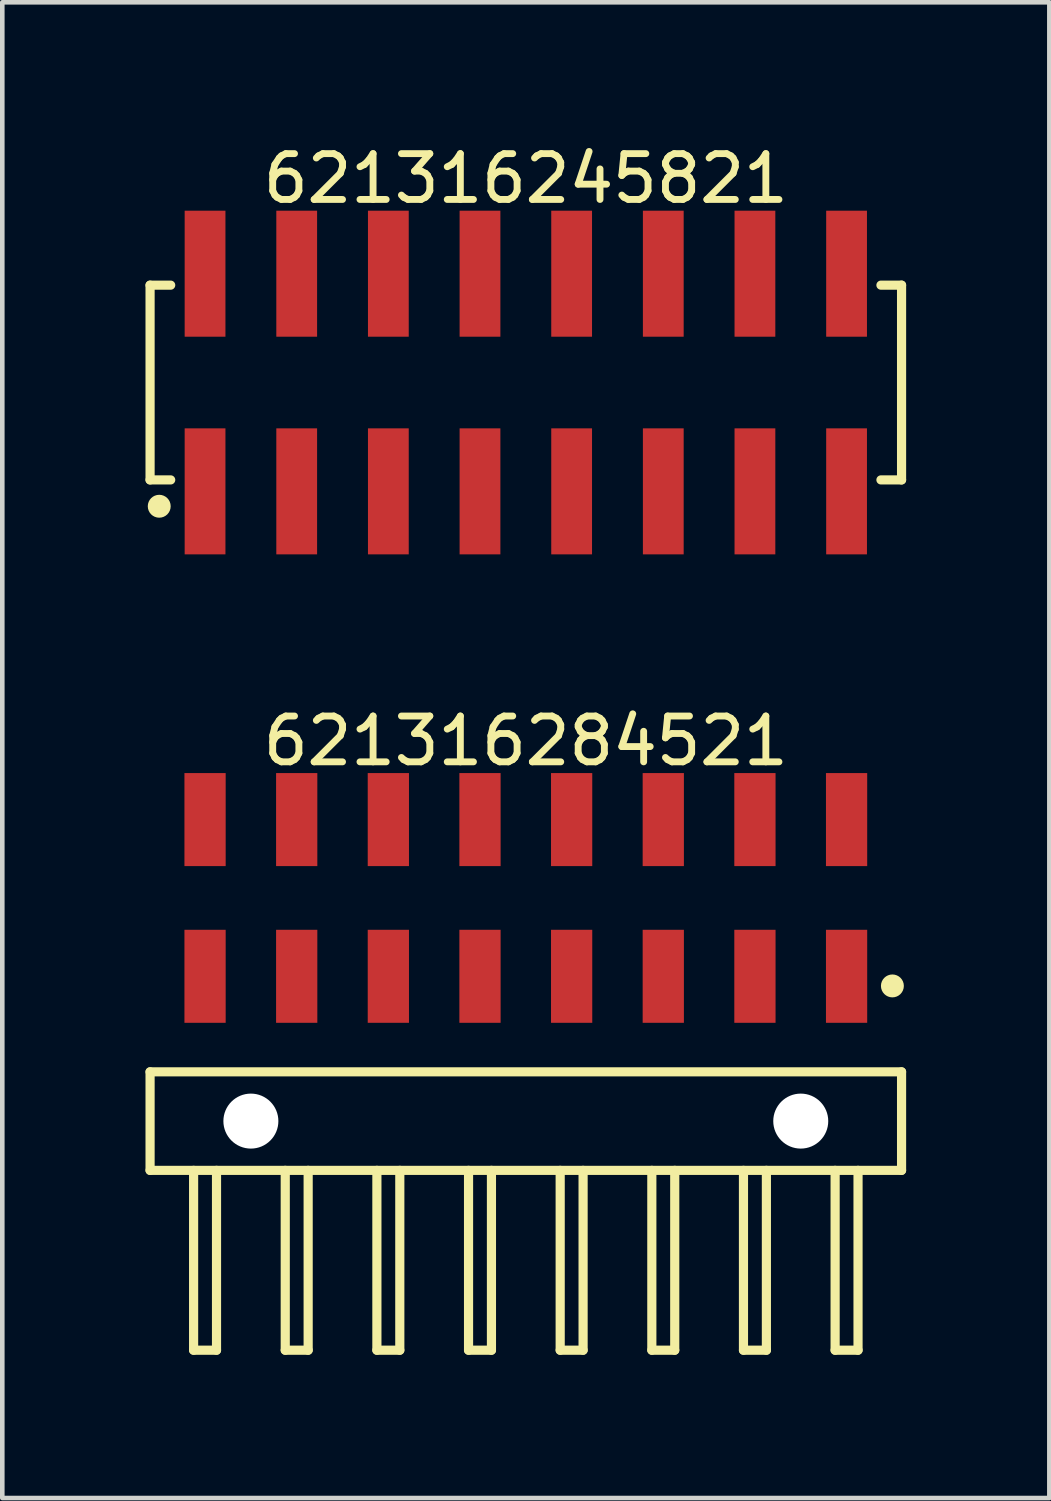
<source format=kicad_pcb>
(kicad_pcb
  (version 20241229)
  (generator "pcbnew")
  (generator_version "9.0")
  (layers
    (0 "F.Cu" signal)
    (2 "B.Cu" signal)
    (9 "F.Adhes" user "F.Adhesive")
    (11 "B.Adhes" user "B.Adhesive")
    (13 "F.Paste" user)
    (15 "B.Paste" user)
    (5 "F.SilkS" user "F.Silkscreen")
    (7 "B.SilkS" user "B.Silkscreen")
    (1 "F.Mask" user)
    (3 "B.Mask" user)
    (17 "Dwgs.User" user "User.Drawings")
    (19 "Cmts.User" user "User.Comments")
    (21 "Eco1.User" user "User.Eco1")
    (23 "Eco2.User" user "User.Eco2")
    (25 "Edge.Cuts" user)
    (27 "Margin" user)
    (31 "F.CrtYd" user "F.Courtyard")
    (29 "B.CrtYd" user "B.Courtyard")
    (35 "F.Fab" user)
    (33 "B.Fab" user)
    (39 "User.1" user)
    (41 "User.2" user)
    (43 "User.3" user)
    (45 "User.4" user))
  (footprint "621316245821"
    (layer "F.Cu")
    (at 8.425 5.298)
    (property "Reference" "621316245821" (at 0 -4.45 0) (layer "F.SilkS") (effects (font (size 1 1) (thickness 0.15))))
    (fp_line (start -8.2 -2.125) (end -7.75 -2.125) (stroke (width 0.2) (type solid)) (layer "F.SilkS"))
    (fp_line (start -8.2 2.125) (end -8.2 -2.125) (stroke (width 0.2) (type solid)) (layer "F.SilkS"))
    (fp_line (start -8.2 2.125) (end -7.75 2.125) (stroke (width 0.2) (type solid)) (layer "F.SilkS"))
    (fp_line (start 7.75 -2.125) (end 8.2 -2.125) (stroke (width 0.2) (type solid)) (layer "F.SilkS"))
    (fp_line (start 7.75 2.125) (end 8.2 2.125) (stroke (width 0.2) (type solid)) (layer "F.SilkS"))
    (fp_line (start 8.2 2.125) (end 8.2 -2.125) (stroke (width 0.2) (type solid)) (layer "F.SilkS"))
    (fp_circle (center -8 2.7) (end -8 2.575) (stroke (width 0.25) (type solid)) (fill no) (layer "F.SilkS"))
    (fp_line (start -8.4 -3.95) (end 8.4 -3.95) (stroke (width 0.05) (type solid)) (layer "Eco2.User"))
    (fp_line (start -8.4 3.95) (end -8.4 -3.95) (stroke (width 0.05) (type solid)) (layer "Eco2.User"))
    (fp_line (start -8.4 3.95) (end 8.4 3.95) (stroke (width 0.05) (type solid)) (layer "Eco2.User"))
    (fp_line (start -8 -2) (end 8 -2) (stroke (width 0.1) (type solid)) (layer "Eco2.User"))
    (fp_line (start -8 2) (end -8 -2) (stroke (width 0.1) (type solid)) (layer "Eco2.User"))
    (fp_line (start -8 2) (end 8 2) (stroke (width 0.1) (type solid)) (layer "Eco2.User"))
    (fp_line (start -7.25 -3.1) (end -6.75 -3.1) (stroke (width 0.1) (type solid)) (layer "Eco2.User"))
    (fp_line (start -7.25 -2) (end -7.25 -3.1) (stroke (width 0.1) (type solid)) (layer "Eco2.User"))
    (fp_line (start -7.25 3.1) (end -7.25 2) (stroke (width 0.1) (type solid)) (layer "Eco2.User"))
    (fp_line (start -7.25 3.1) (end -6.75 3.1) (stroke (width 0.1) (type solid)) (layer "Eco2.User"))
    (fp_line (start -6.75 -2) (end -6.75 -3.1) (stroke (width 0.1) (type solid)) (layer "Eco2.User"))
    (fp_line (start -6.75 3.1) (end -6.75 2) (stroke (width 0.1) (type solid)) (layer "Eco2.User"))
    (fp_line (start -5.25 -3.1) (end -4.75 -3.1) (stroke (width 0.1) (type solid)) (layer "Eco2.User"))
    (fp_line (start -5.25 -2) (end -5.25 -3.1) (stroke (width 0.1) (type solid)) (layer "Eco2.User"))
    (fp_line (start -5.25 3.1) (end -5.25 2) (stroke (width 0.1) (type solid)) (layer "Eco2.User"))
    (fp_line (start -5.25 3.1) (end -4.75 3.1) (stroke (width 0.1) (type solid)) (layer "Eco2.User"))
    (fp_line (start -4.75 -2) (end -4.75 -3.1) (stroke (width 0.1) (type solid)) (layer "Eco2.User"))
    (fp_line (start -4.75 3.1) (end -4.75 2) (stroke (width 0.1) (type solid)) (layer "Eco2.User"))
    (fp_line (start -3.25 -3.1) (end -2.75 -3.1) (stroke (width 0.1) (type solid)) (layer "Eco2.User"))
    (fp_line (start -3.25 -2) (end -3.25 -3.1) (stroke (width 0.1) (type solid)) (layer "Eco2.User"))
    (fp_line (start -3.25 3.1) (end -3.25 2) (stroke (width 0.1) (type solid)) (layer "Eco2.User"))
    (fp_line (start -3.25 3.1) (end -2.75 3.1) (stroke (width 0.1) (type solid)) (layer "Eco2.User"))
    (fp_line (start -2.75 -2) (end -2.75 -3.1) (stroke (width 0.1) (type solid)) (layer "Eco2.User"))
    (fp_line (start -2.75 3.1) (end -2.75 2) (stroke (width 0.1) (type solid)) (layer "Eco2.User"))
    (fp_line (start -1.25 -3.1) (end -0.75 -3.1) (stroke (width 0.1) (type solid)) (layer "Eco2.User"))
    (fp_line (start -1.25 -2) (end -1.25 -3.1) (stroke (width 0.1) (type solid)) (layer "Eco2.User"))
    (fp_line (start -1.25 3.1) (end -1.25 2) (stroke (width 0.1) (type solid)) (layer "Eco2.User"))
    (fp_line (start -1.25 3.1) (end -0.75 3.1) (stroke (width 0.1) (type solid)) (layer "Eco2.User"))
    (fp_line (start -0.75 -2) (end -0.75 -3.1) (stroke (width 0.1) (type solid)) (layer "Eco2.User"))
    (fp_line (start -0.75 3.1) (end -0.75 2) (stroke (width 0.1) (type solid)) (layer "Eco2.User"))
    (fp_line (start 0.75 -3.1) (end 1.25 -3.1) (stroke (width 0.1) (type solid)) (layer "Eco2.User"))
    (fp_line (start 0.75 -2) (end 0.75 -3.1) (stroke (width 0.1) (type solid)) (layer "Eco2.User"))
    (fp_line (start 0.75 3.1) (end 0.75 2) (stroke (width 0.1) (type solid)) (layer "Eco2.User"))
    (fp_line (start 0.75 3.1) (end 1.25 3.1) (stroke (width 0.1) (type solid)) (layer "Eco2.User"))
    (fp_line (start 1.25 -2) (end 1.25 -3.1) (stroke (width 0.1) (type solid)) (layer "Eco2.User"))
    (fp_line (start 1.25 3.1) (end 1.25 2) (stroke (width 0.1) (type solid)) (layer "Eco2.User"))
    (fp_line (start 2.75 -3.1) (end 3.25 -3.1) (stroke (width 0.1) (type solid)) (layer "Eco2.User"))
    (fp_line (start 2.75 -2) (end 2.75 -3.1) (stroke (width 0.1) (type solid)) (layer "Eco2.User"))
    (fp_line (start 2.75 3.1) (end 2.75 2) (stroke (width 0.1) (type solid)) (layer "Eco2.User"))
    (fp_line (start 2.75 3.1) (end 3.25 3.1) (stroke (width 0.1) (type solid)) (layer "Eco2.User"))
    (fp_line (start 3.25 -2) (end 3.25 -3.1) (stroke (width 0.1) (type solid)) (layer "Eco2.User"))
    (fp_line (start 3.25 3.1) (end 3.25 2) (stroke (width 0.1) (type solid)) (layer "Eco2.User"))
    (fp_line (start 4.75 -3.1) (end 5.25 -3.1) (stroke (width 0.1) (type solid)) (layer "Eco2.User"))
    (fp_line (start 4.75 -2) (end 4.75 -3.1) (stroke (width 0.1) (type solid)) (layer "Eco2.User"))
    (fp_line (start 4.75 3.1) (end 4.75 2) (stroke (width 0.1) (type solid)) (layer "Eco2.User"))
    (fp_line (start 4.75 3.1) (end 5.25 3.1) (stroke (width 0.1) (type solid)) (layer "Eco2.User"))
    (fp_line (start 5.25 -2) (end 5.25 -3.1) (stroke (width 0.1) (type solid)) (layer "Eco2.User"))
    (fp_line (start 5.25 3.1) (end 5.25 2) (stroke (width 0.1) (type solid)) (layer "Eco2.User"))
    (fp_line (start 6.75 -3.1) (end 7.25 -3.1) (stroke (width 0.1) (type solid)) (layer "Eco2.User"))
    (fp_line (start 6.75 -2) (end 6.75 -3.1) (stroke (width 0.1) (type solid)) (layer "Eco2.User"))
    (fp_line (start 6.75 3.1) (end 6.75 2) (stroke (width 0.1) (type solid)) (layer "Eco2.User"))
    (fp_line (start 6.75 3.1) (end 7.25 3.1) (stroke (width 0.1) (type solid)) (layer "Eco2.User"))
    (fp_line (start 7.25 -2) (end 7.25 -3.1) (stroke (width 0.1) (type solid)) (layer "Eco2.User"))
    (fp_line (start 7.25 3.1) (end 7.25 2) (stroke (width 0.1) (type solid)) (layer "Eco2.User"))
    (fp_line (start 8 2) (end 8 -2) (stroke (width 0.1) (type solid)) (layer "Eco2.User"))
    (fp_line (start 8.4 3.95) (end 8.4 -3.95) (stroke (width 0.05) (type solid)) (layer "Eco2.User"))
    (pad "1" smd rect (at -7 2.375) (size 0.89 2.75) (layers "F.Cu" "F.Mask" "F.Paste"))
    (pad "2" smd rect (at -7 -2.375) (size 0.89 2.75) (layers "F.Cu" "F.Mask" "F.Paste"))
    (pad "3" smd rect (at -5 2.375) (size 0.89 2.75) (layers "F.Cu" "F.Mask" "F.Paste"))
    (pad "4" smd rect (at -5 -2.375) (size 0.89 2.75) (layers "F.Cu" "F.Mask" "F.Paste"))
    (pad "5" smd rect (at -3 2.375) (size 0.89 2.75) (layers "F.Cu" "F.Mask" "F.Paste"))
    (pad "6" smd rect (at -3 -2.375) (size 0.89 2.75) (layers "F.Cu" "F.Mask" "F.Paste"))
    (pad "7" smd rect (at -1 2.375) (size 0.89 2.75) (layers "F.Cu" "F.Mask" "F.Paste"))
    (pad "8" smd rect (at -1 -2.375) (size 0.89 2.75) (layers "F.Cu" "F.Mask" "F.Paste"))
    (pad "9" smd rect (at 1 2.375) (size 0.89 2.75) (layers "F.Cu" "F.Mask" "F.Paste"))
    (pad "10" smd rect (at 1 -2.375) (size 0.89 2.75) (layers "F.Cu" "F.Mask" "F.Paste"))
    (pad "11" smd rect (at 3 2.375) (size 0.89 2.75) (layers "F.Cu" "F.Mask" "F.Paste"))
    (pad "12" smd rect (at 3 -2.375) (size 0.89 2.75) (layers "F.Cu" "F.Mask" "F.Paste"))
    (pad "13" smd rect (at 5 2.375) (size 0.89 2.75) (layers "F.Cu" "F.Mask" "F.Paste"))
    (pad "14" smd rect (at 5 -2.375) (size 0.89 2.75) (layers "F.Cu" "F.Mask" "F.Paste"))
    (pad "15" smd rect (at 7 2.375) (size 0.89 2.75) (layers "F.Cu" "F.Mask" "F.Paste"))
    (pad "16" smd rect (at 7 -2.375) (size 0.89 2.75) (layers "F.Cu" "F.Mask" "F.Paste")))
  (footprint "621316284521"
    (layer "F.Cu")
    (at 8.425 21.416)
    (property "Reference" "621316284521" (at 0 -8.295 0) (layer "F.SilkS") (effects (font (size 1 1) (thickness 0.15))))
    (fp_line (start -8.2 -1.075) (end 8.2 -1.075) (stroke (width 0.2) (type solid)) (layer "F.SilkS"))
    (fp_line (start -8.2 1.075) (end -8.2 -1.075) (stroke (width 0.2) (type solid)) (layer "F.SilkS"))
    (fp_line (start -8.2 1.075) (end 8.2 1.075) (stroke (width 0.2) (type solid)) (layer "F.SilkS"))
    (fp_line (start -7.25 5) (end -7.25 1.075) (stroke (width 0.2) (type solid)) (layer "F.SilkS"))
    (fp_line (start -7.25 5) (end -6.75 5) (stroke (width 0.2) (type solid)) (layer "F.SilkS"))
    (fp_line (start -6.75 5) (end -6.75 1.075) (stroke (width 0.2) (type solid)) (layer "F.SilkS"))
    (fp_line (start -5.25 5) (end -5.25 1.075) (stroke (width 0.2) (type solid)) (layer "F.SilkS"))
    (fp_line (start -5.25 5) (end -4.75 5) (stroke (width 0.2) (type solid)) (layer "F.SilkS"))
    (fp_line (start -4.75 5) (end -4.75 1.075) (stroke (width 0.2) (type solid)) (layer "F.SilkS"))
    (fp_line (start -3.25 5) (end -3.25 1.075) (stroke (width 0.2) (type solid)) (layer "F.SilkS"))
    (fp_line (start -3.25 5) (end -2.75 5) (stroke (width 0.2) (type solid)) (layer "F.SilkS"))
    (fp_line (start -2.75 5) (end -2.75 1.075) (stroke (width 0.2) (type solid)) (layer "F.SilkS"))
    (fp_line (start -1.25 5) (end -1.25 1.075) (stroke (width 0.2) (type solid)) (layer "F.SilkS"))
    (fp_line (start -1.25 5) (end -0.75 5) (stroke (width 0.2) (type solid)) (layer "F.SilkS"))
    (fp_line (start -0.75 5) (end -0.75 1.075) (stroke (width 0.2) (type solid)) (layer "F.SilkS"))
    (fp_line (start 0.75 5) (end 0.75 1.075) (stroke (width 0.2) (type solid)) (layer "F.SilkS"))
    (fp_line (start 0.75 5) (end 1.25 5) (stroke (width 0.2) (type solid)) (layer "F.SilkS"))
    (fp_line (start 1.25 5) (end 1.25 1.075) (stroke (width 0.2) (type solid)) (layer "F.SilkS"))
    (fp_line (start 2.75 5) (end 2.75 1.075) (stroke (width 0.2) (type solid)) (layer "F.SilkS"))
    (fp_line (start 2.75 5) (end 3.25 5) (stroke (width 0.2) (type solid)) (layer "F.SilkS"))
    (fp_line (start 3.25 5) (end 3.25 1.075) (stroke (width 0.2) (type solid)) (layer "F.SilkS"))
    (fp_line (start 4.75 5) (end 4.75 1.075) (stroke (width 0.2) (type solid)) (layer "F.SilkS"))
    (fp_line (start 4.75 5) (end 5.25 5) (stroke (width 0.2) (type solid)) (layer "F.SilkS"))
    (fp_line (start 5.25 5) (end 5.25 1.075) (stroke (width 0.2) (type solid)) (layer "F.SilkS"))
    (fp_line (start 6.75 5) (end 6.75 1.075) (stroke (width 0.2) (type solid)) (layer "F.SilkS"))
    (fp_line (start 6.75 5) (end 7.25 5) (stroke (width 0.2) (type solid)) (layer "F.SilkS"))
    (fp_line (start 7.25 5) (end 7.25 1.075) (stroke (width 0.2) (type solid)) (layer "F.SilkS"))
    (fp_line (start 8.2 1.075) (end 8.2 -1.075) (stroke (width 0.2) (type solid)) (layer "F.SilkS"))
    (fp_circle (center 8 -2.95) (end 8 -3.075) (stroke (width 0.25) (type solid)) (fill no) (layer "F.SilkS"))
    (fp_line (start -8.4 -7.795) (end 8.4 -7.795) (stroke (width 0.05) (type solid)) (layer "Eco2.User"))
    (fp_line (start -8.4 5.2) (end -8.4 -7.795) (stroke (width 0.05) (type solid)) (layer "Eco2.User"))
    (fp_line (start -8.4 5.2) (end 8.4 5.2) (stroke (width 0.05) (type solid)) (layer "Eco2.User"))
    (fp_line (start -8 -1) (end 8 -1) (stroke (width 0.1) (type solid)) (layer "Eco2.User"))
    (fp_line (start -8 1) (end -8 -1) (stroke (width 0.1) (type solid)) (layer "Eco2.User"))
    (fp_line (start -8 1) (end 8 1) (stroke (width 0.1) (type solid)) (layer "Eco2.User"))
    (fp_line (start -7.25 -7.22) (end -6.75 -7.22) (stroke (width 0.1) (type solid)) (layer "Eco2.User"))
    (fp_line (start -7.25 -3.8) (end -6.75 -3.8) (stroke (width 0.1) (type solid)) (layer "Eco2.User"))
    (fp_line (start -7.25 -1) (end -7.25 -7.22) (stroke (width 0.1) (type solid)) (layer "Eco2.User"))
    (fp_line (start -7.25 5) (end -7.25 1) (stroke (width 0.1) (type solid)) (layer "Eco2.User"))
    (fp_line (start -7.25 5) (end -6.75 5) (stroke (width 0.1) (type solid)) (layer "Eco2.User"))
    (fp_line (start -6.75 -1) (end -6.75 -7.22) (stroke (width 0.1) (type solid)) (layer "Eco2.User"))
    (fp_line (start -6.75 5) (end -6.75 1) (stroke (width 0.1) (type solid)) (layer "Eco2.User"))
    (fp_line (start -5.25 -7.22) (end -4.75 -7.22) (stroke (width 0.1) (type solid)) (layer "Eco2.User"))
    (fp_line (start -5.25 -3.8) (end -4.75 -3.8) (stroke (width 0.1) (type solid)) (layer "Eco2.User"))
    (fp_line (start -5.25 -1) (end -5.25 -7.22) (stroke (width 0.1) (type solid)) (layer "Eco2.User"))
    (fp_line (start -5.25 5) (end -5.25 1) (stroke (width 0.1) (type solid)) (layer "Eco2.User"))
    (fp_line (start -5.25 5) (end -4.75 5) (stroke (width 0.1) (type solid)) (layer "Eco2.User"))
    (fp_line (start -4.75 -1) (end -4.75 -7.22) (stroke (width 0.1) (type solid)) (layer "Eco2.User"))
    (fp_line (start -4.75 5) (end -4.75 1) (stroke (width 0.1) (type solid)) (layer "Eco2.User"))
    (fp_line (start -3.25 -7.22) (end -2.75 -7.22) (stroke (width 0.1) (type solid)) (layer "Eco2.User"))
    (fp_line (start -3.25 -3.8) (end -2.75 -3.8) (stroke (width 0.1) (type solid)) (layer "Eco2.User"))
    (fp_line (start -3.25 -1) (end -3.25 -7.22) (stroke (width 0.1) (type solid)) (layer "Eco2.User"))
    (fp_line (start -3.25 5) (end -3.25 1) (stroke (width 0.1) (type solid)) (layer "Eco2.User"))
    (fp_line (start -3.25 5) (end -2.75 5) (stroke (width 0.1) (type solid)) (layer "Eco2.User"))
    (fp_line (start -2.75 -1) (end -2.75 -7.22) (stroke (width 0.1) (type solid)) (layer "Eco2.User"))
    (fp_line (start -2.75 5) (end -2.75 1) (stroke (width 0.1) (type solid)) (layer "Eco2.User"))
    (fp_line (start -1.25 -7.22) (end -0.75 -7.22) (stroke (width 0.1) (type solid)) (layer "Eco2.User"))
    (fp_line (start -1.25 -3.8) (end -0.75 -3.8) (stroke (width 0.1) (type solid)) (layer "Eco2.User"))
    (fp_line (start -1.25 -1) (end -1.25 -7.22) (stroke (width 0.1) (type solid)) (layer "Eco2.User"))
    (fp_line (start -1.25 5) (end -1.25 1) (stroke (width 0.1) (type solid)) (layer "Eco2.User"))
    (fp_line (start -1.25 5) (end -0.75 5) (stroke (width 0.1) (type solid)) (layer "Eco2.User"))
    (fp_line (start -0.75 -1) (end -0.75 -7.22) (stroke (width 0.1) (type solid)) (layer "Eco2.User"))
    (fp_line (start -0.75 5) (end -0.75 1) (stroke (width 0.1) (type solid)) (layer "Eco2.User"))
    (fp_line (start -0.5 0) (end 0.5 0) (stroke (width 0.05) (type solid)) (layer "Eco2.User"))
    (fp_line (start 0 0.5) (end 0 -0.5) (stroke (width 0.05) (type solid)) (layer "Eco2.User"))
    (fp_line (start 0.75 -7.22) (end 1.25 -7.22) (stroke (width 0.1) (type solid)) (layer "Eco2.User"))
    (fp_line (start 0.75 -3.8) (end 1.25 -3.8) (stroke (width 0.1) (type solid)) (layer "Eco2.User"))
    (fp_line (start 0.75 -1) (end 0.75 -7.22) (stroke (width 0.1) (type solid)) (layer "Eco2.User"))
    (fp_line (start 0.75 5) (end 0.75 1) (stroke (width 0.1) (type solid)) (layer "Eco2.User"))
    (fp_line (start 0.75 5) (end 1.25 5) (stroke (width 0.1) (type solid)) (layer "Eco2.User"))
    (fp_line (start 1.25 -1) (end 1.25 -7.22) (stroke (width 0.1) (type solid)) (layer "Eco2.User"))
    (fp_line (start 1.25 5) (end 1.25 1) (stroke (width 0.1) (type solid)) (layer "Eco2.User"))
    (fp_line (start 2.75 -7.22) (end 3.25 -7.22) (stroke (width 0.1) (type solid)) (layer "Eco2.User"))
    (fp_line (start 2.75 -3.8) (end 3.25 -3.8) (stroke (width 0.1) (type solid)) (layer "Eco2.User"))
    (fp_line (start 2.75 -1) (end 2.75 -7.22) (stroke (width 0.1) (type solid)) (layer "Eco2.User"))
    (fp_line (start 2.75 5) (end 2.75 1) (stroke (width 0.1) (type solid)) (layer "Eco2.User"))
    (fp_line (start 2.75 5) (end 3.25 5) (stroke (width 0.1) (type solid)) (layer "Eco2.User"))
    (fp_line (start 3.25 -1) (end 3.25 -7.22) (stroke (width 0.1) (type solid)) (layer "Eco2.User"))
    (fp_line (start 3.25 5) (end 3.25 1) (stroke (width 0.1) (type solid)) (layer "Eco2.User"))
    (fp_line (start 4.75 -7.22) (end 5.25 -7.22) (stroke (width 0.1) (type solid)) (layer "Eco2.User"))
    (fp_line (start 4.75 -3.8) (end 5.25 -3.8) (stroke (width 0.1) (type solid)) (layer "Eco2.User"))
    (fp_line (start 4.75 -1) (end 4.75 -7.22) (stroke (width 0.1) (type solid)) (layer "Eco2.User"))
    (fp_line (start 4.75 5) (end 4.75 1) (stroke (width 0.1) (type solid)) (layer "Eco2.User"))
    (fp_line (start 4.75 5) (end 5.25 5) (stroke (width 0.1) (type solid)) (layer "Eco2.User"))
    (fp_line (start 5.25 -1) (end 5.25 -7.22) (stroke (width 0.1) (type solid)) (layer "Eco2.User"))
    (fp_line (start 5.25 5) (end 5.25 1) (stroke (width 0.1) (type solid)) (layer "Eco2.User"))
    (fp_line (start 6.75 5) (end 6.75 1) (stroke (width 0.1) (type solid)) (layer "Eco2.User"))
    (fp_line (start 6.75 5) (end 7.25 5) (stroke (width 0.1) (type solid)) (layer "Eco2.User"))
    (fp_line (start 6.75 -7.22) (end 7.25 -7.22) (stroke (width 0.1) (type solid)) (layer "Eco2.User"))
    (fp_line (start 6.75 -3.8) (end 7.25 -3.8) (stroke (width 0.1) (type solid)) (layer "Eco2.User"))
    (fp_line (start 6.75 -1) (end 6.75 -7.22) (stroke (width 0.1) (type solid)) (layer "Eco2.User"))
    (fp_line (start 7.25 5) (end 7.25 1) (stroke (width 0.1) (type solid)) (layer "Eco2.User"))
    (fp_line (start 7.25 -1) (end 7.25 -7.22) (stroke (width 0.1) (type solid)) (layer "Eco2.User"))
    (fp_line (start 8 1) (end 8 -1) (stroke (width 0.1) (type solid)) (layer "Eco2.User"))
    (fp_line (start 8.4 5.2) (end 8.4 -7.795) (stroke (width 0.05) (type solid)) (layer "Eco2.User"))
    (fp_text user "${REFERENCE}" (at 0.12 -0.158 0) (unlocked yes) (layer "User.3") (effects (font (size 1.2 1.2) (thickness 0.12))))
    (pad "" np_thru_hole circle (at -6 0 180) (size 1.2 1.2) (drill 1.2) (layers "*.Cu" "*.Mask"))
    (pad "" np_thru_hole circle (at 6 0) (size 1.2 1.2) (drill 1.2) (layers "*.Cu" "*.Mask"))
    (pad "1" smd rect (at 7 -3.16) (size 0.9 2.03) (layers "F.Cu" "F.Mask" "F.Paste"))
    (pad "2" smd rect (at 7 -6.58) (size 0.9 2.03) (layers "F.Cu" "F.Mask" "F.Paste"))
    (pad "3" smd rect (at 5 -3.16) (size 0.9 2.03) (layers "F.Cu" "F.Mask" "F.Paste"))
    (pad "4" smd rect (at 5 -6.58) (size 0.9 2.03) (layers "F.Cu" "F.Mask" "F.Paste"))
    (pad "5" smd rect (at 3 -3.16) (size 0.9 2.03) (layers "F.Cu" "F.Mask" "F.Paste"))
    (pad "6" smd rect (at 3 -6.58) (size 0.9 2.03) (layers "F.Cu" "F.Mask" "F.Paste"))
    (pad "7" smd rect (at 1 -3.16) (size 0.9 2.03) (layers "F.Cu" "F.Mask" "F.Paste"))
    (pad "8" smd rect (at 1 -6.58) (size 0.9 2.03) (layers "F.Cu" "F.Mask" "F.Paste"))
    (pad "9" smd rect (at -1 -3.16) (size 0.9 2.03) (layers "F.Cu" "F.Mask" "F.Paste"))
    (pad "10" smd rect (at -1 -6.58) (size 0.9 2.03) (layers "F.Cu" "F.Mask" "F.Paste"))
    (pad "11" smd rect (at -3 -3.16) (size 0.9 2.03) (layers "F.Cu" "F.Mask" "F.Paste"))
    (pad "12" smd rect (at -3 -6.58) (size 0.9 2.03) (layers "F.Cu" "F.Mask" "F.Paste"))
    (pad "13" smd rect (at -5 -3.16) (size 0.9 2.03) (layers "F.Cu" "F.Mask" "F.Paste"))
    (pad "14" smd rect (at -5 -6.58) (size 0.9 2.03) (layers "F.Cu" "F.Mask" "F.Paste"))
    (pad "15" smd rect (at -7 -3.16) (size 0.9 2.03) (layers "F.Cu" "F.Mask" "F.Paste"))
    (pad "16" smd rect (at -7 -6.58) (size 0.9 2.03) (layers "F.Cu" "F.Mask" "F.Paste")))
  (gr_rect
    (start -3 -3)
    (end 19.85 29.642)
    (stroke (width 0.1) (type default))
    (fill no)
    (layer "Edge.Cuts")))
</source>
